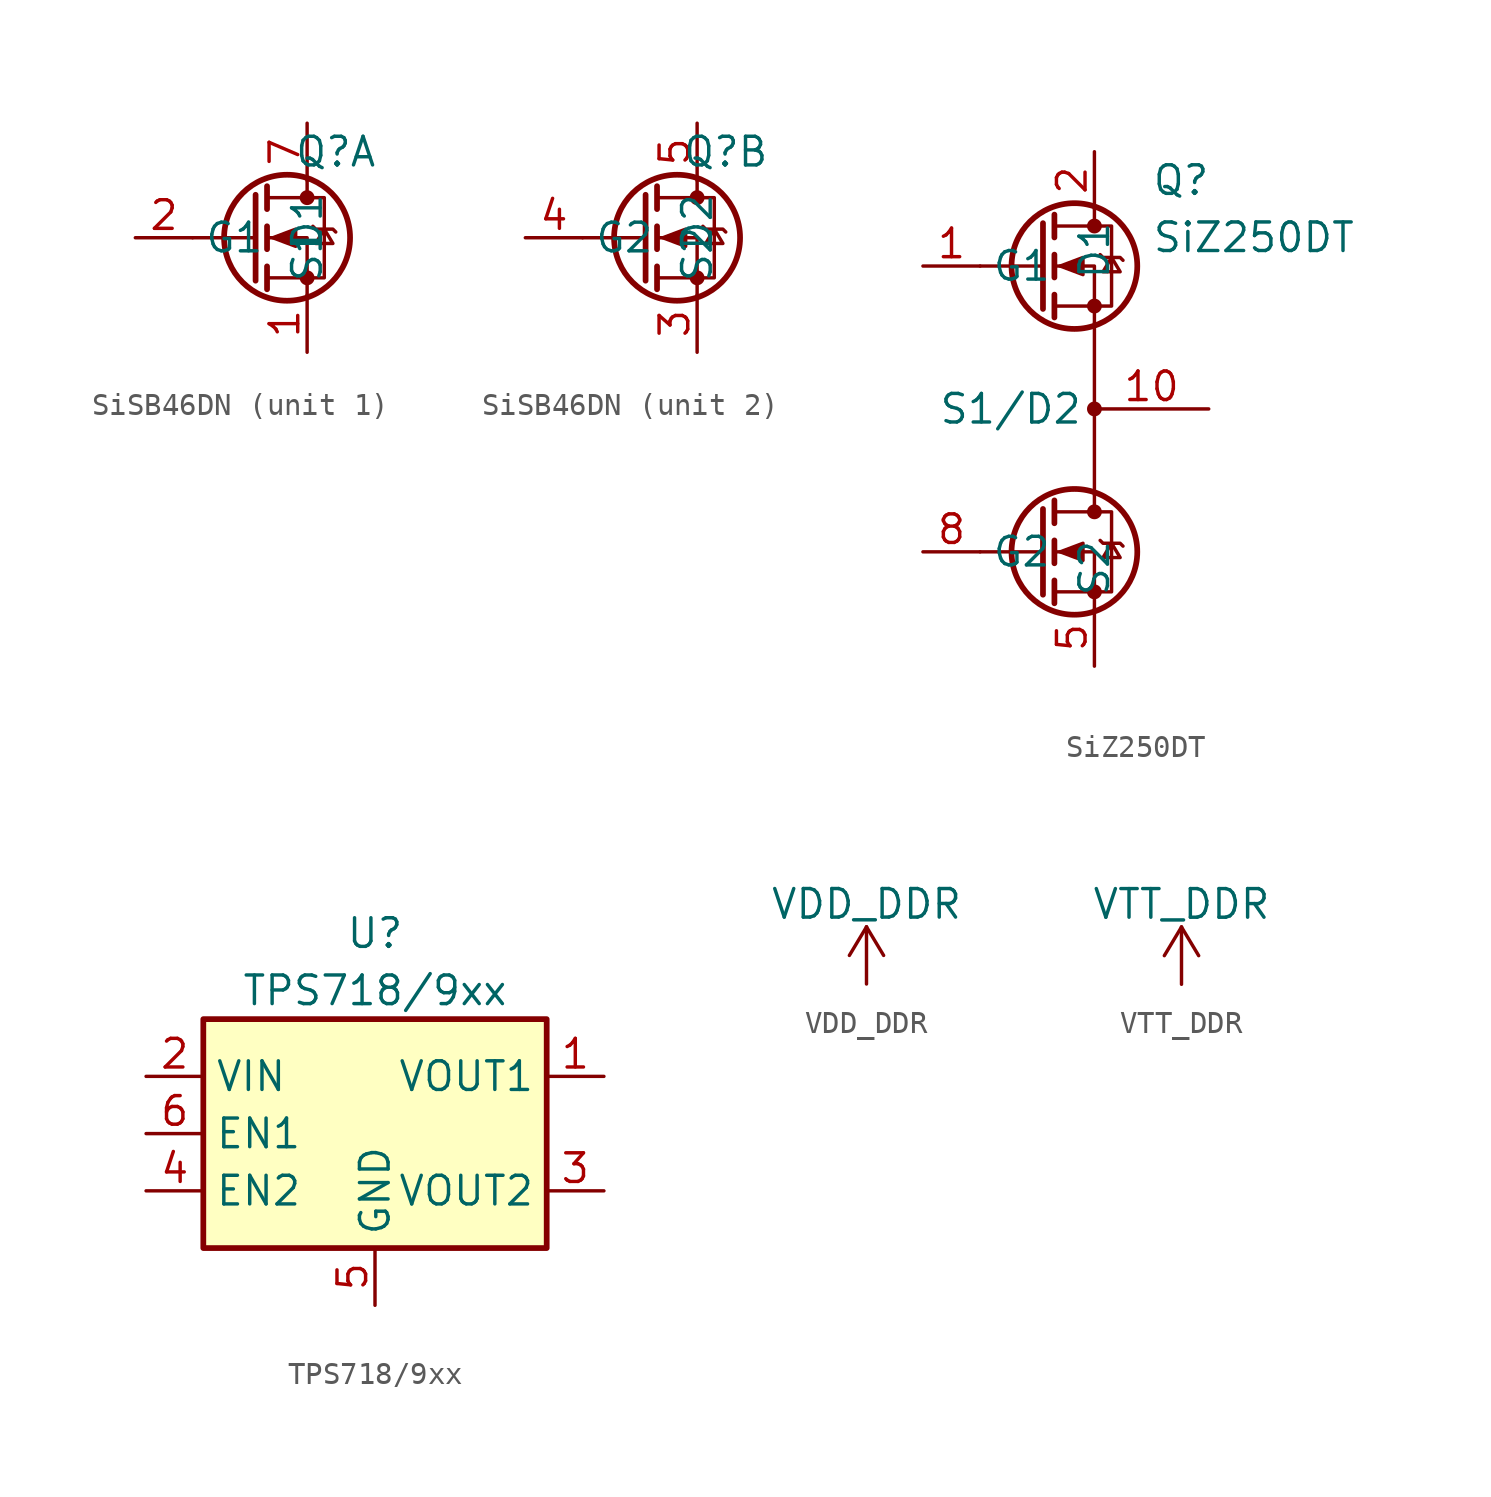
<source format=kicad_sym>
(kicad_symbol_lib
  (version 20220914)
  (generator kicad_symbol_editor)
  (symbol "SiSB46DN"
    (property "Reference" "Q"
      (at 1.27 3.81 0)
      (effects (font (size 1.27 1.27))))
    (property "Value" ""
      (at 0 0 0)
      (effects (font (size 1.27 1.27))))
    (symbol "SiSB46DN_0_1"
      (circle (center -0.889 0) (radius 2.794) (stroke (width 0.254) (type default)) (fill (type none)))
      (circle (center 0 -1.778) (radius 0.254) (stroke (width 0) (type default)) (fill (type outline)))
      (polyline (pts (xy -2.286 0) (xy -5.08 0)) (stroke (width 0) (type default)) (fill (type none)))
      (polyline (pts (xy -2.286 1.905) (xy -2.286 -1.905)) (stroke (width 0.254) (type default)) (fill (type none)))
      (polyline (pts (xy -1.778 -1.27) (xy -1.778 -2.286)) (stroke (width 0.254) (type default)) (fill (type none)))
      (polyline (pts (xy -1.778 0.508) (xy -1.778 -0.508)) (stroke (width 0.254) (type default)) (fill (type none)))
      (polyline (pts (xy -1.778 2.286) (xy -1.778 1.27)) (stroke (width 0.254) (type default)) (fill (type none)))
      (polyline (pts (xy 0 2.54) (xy 0 1.778)) (stroke (width 0) (type default)) (fill (type none)))
      (polyline (pts (xy 0 -2.54) (xy 0 0) (xy -1.778 0)) (stroke (width 0) (type default)) (fill (type none)))
      (polyline (pts (xy -1.778 -1.778) (xy 0.762 -1.778) (xy 0.762 1.778) (xy -1.778 1.778)) (stroke (width 0) (type default)) (fill (type none)))
      (polyline (pts (xy -1.524 0) (xy -0.508 0.381) (xy -0.508 -0.381) (xy -1.524 0)) (stroke (width 0) (type default)) (fill (type outline)))
      (polyline (pts (xy 0.254 0.508) (xy 0.381 0.381) (xy 1.143 0.381) (xy 1.27 0.254)) (stroke (width 0) (type default)) (fill (type none)))
      (polyline (pts (xy 0.762 0.381) (xy 0.381 -0.254) (xy 1.143 -0.254) (xy 0.762 0.381)) (stroke (width 0) (type default)) (fill (type none)))
      (circle (center 0 1.778) (radius 0.254) (stroke (width 0) (type default)) (fill (type outline))))
    (symbol "SiSB46DN_1_1"
      (pin passive line (at 0 -5.08 90) (length 2.54) (name "S1" (effects (font (size 1.27 1.27)))) (number "1" (effects (font (size 1.27 1.27)))))
      (pin input line (at -7.62 0 0) (length 2.54) (name "G1" (effects (font (size 1.27 1.27)))) (number "2" (effects (font (size 1.27 1.27)))))
      (pin passive line (at 0 5.08 270) (length 2.54) (name "D1" (effects (font (size 1.27 1.27)))) (number "7" (effects (font (size 1.27 1.27)))))
      (pin passive line (at 0 5.08 270) (length 2.54) hide (name "D1" (effects (font (size 1.27 1.27)))) (number "8" (effects (font (size 1.27 1.27))))))
    (symbol "SiSB46DN_2_1"
      (pin passive line (at 0 -5.08 90) (length 2.54) (name "S2" (effects (font (size 1.27 1.27)))) (number "3" (effects (font (size 1.27 1.27)))))
      (pin input line (at -7.62 0 0) (length 2.54) (name "G2" (effects (font (size 1.27 1.27)))) (number "4" (effects (font (size 1.27 1.27)))))
      (pin passive line (at 0 5.08 270) (length 2.54) (name "D2" (effects (font (size 1.27 1.27)))) (number "5" (effects (font (size 1.27 1.27)))))
      (pin passive line (at 0 5.08 270) (length 2.54) hide (name "D2" (effects (font (size 1.27 1.27)))) (number "6" (effects (font (size 1.27 1.27)))))))
  (symbol "SiZ250DT"
    (property "Reference" "Q"
      (at 2.54 10.16 0)
      (effects (font (size 1.27 1.27)) (justify left)))
    (property "Value" "SiZ250DT"
      (at 2.54 7.62 0)
      (effects (font (size 1.27 1.27)) (justify left)))
    (symbol "SiZ250DT_0_1"
      (circle (center -0.889 -6.35) (radius 2.794) (stroke (width 0.254) (type default)) (fill (type none)))
      (circle (center -0.889 6.35) (radius 2.794) (stroke (width 0.254) (type default)) (fill (type none)))
      (circle (center 0 -8.128) (radius 0.254) (stroke (width 0) (type default)) (fill (type outline)))
      (circle (center 0 -4.572) (radius 0.254) (stroke (width 0) (type default)) (fill (type outline)))
      (polyline (pts (xy -2.286 -6.35) (xy -5.08 -6.35)) (stroke (width 0) (type default)) (fill (type none)))
      (polyline (pts (xy -2.286 -4.445) (xy -2.286 -8.255)) (stroke (width 0.254) (type default)) (fill (type none)))
      (polyline (pts (xy -2.286 6.35) (xy -5.08 6.35)) (stroke (width 0) (type default)) (fill (type none)))
      (polyline (pts (xy -2.286 8.255) (xy -2.286 4.445)) (stroke (width 0.254) (type default)) (fill (type none)))
      (polyline (pts (xy -1.778 -7.62) (xy -1.778 -8.636)) (stroke (width 0.254) (type default)) (fill (type none)))
      (polyline (pts (xy -1.778 -5.842) (xy -1.778 -6.858)) (stroke (width 0.254) (type default)) (fill (type none)))
      (polyline (pts (xy -1.778 -4.064) (xy -1.778 -5.08)) (stroke (width 0.254) (type default)) (fill (type none)))
      (polyline (pts (xy -1.778 5.08) (xy -1.778 4.064)) (stroke (width 0.254) (type default)) (fill (type none)))
      (polyline (pts (xy -1.778 6.858) (xy -1.778 5.842)) (stroke (width 0.254) (type default)) (fill (type none)))
      (polyline (pts (xy -1.778 8.636) (xy -1.778 7.62)) (stroke (width 0.254) (type default)) (fill (type none)))
      (polyline (pts (xy 0 -3.81) (xy 0 -4.572)) (stroke (width 0) (type default)) (fill (type none)))
      (polyline (pts (xy 0 3.81) (xy 0 -3.81)) (stroke (width 0) (type default)) (fill (type none)))
      (polyline (pts (xy 0 8.89) (xy 0 8.128)) (stroke (width 0) (type default)) (fill (type none)))
      (polyline (pts (xy 0 -8.89) (xy 0 -6.35) (xy -1.778 -6.35)) (stroke (width 0) (type default)) (fill (type none)))
      (polyline (pts (xy 0 3.81) (xy 0 6.35) (xy -1.778 6.35)) (stroke (width 0) (type default)) (fill (type none)))
      (polyline (pts (xy -1.778 -8.128) (xy 0.762 -8.128) (xy 0.762 -4.572) (xy -1.778 -4.572)) (stroke (width 0) (type default)) (fill (type none)))
      (polyline (pts (xy -1.778 4.572) (xy 0.762 4.572) (xy 0.762 8.128) (xy -1.778 8.128)) (stroke (width 0) (type default)) (fill (type none)))
      (circle (center 0 0) (radius 0.254) (stroke (width 0) (type default)) (fill (type outline)))
      (circle (center 0 4.572) (radius 0.254) (stroke (width 0) (type default)) (fill (type outline)))
      (circle (center 0 8.128) (radius 0.254) (stroke (width 0) (type default)) (fill (type outline))))
    (symbol "SiZ250DT_1_1"
      (polyline (pts (xy -1.524 -6.35) (xy -0.508 -5.969) (xy -0.508 -6.731) (xy -1.524 -6.35)) (stroke (width 0) (type default)) (fill (type outline)))
      (polyline (pts (xy -1.524 6.35) (xy -0.508 6.731) (xy -0.508 5.969) (xy -1.524 6.35)) (stroke (width 0) (type default)) (fill (type outline)))
      (polyline (pts (xy 0.254 -5.842) (xy 0.381 -5.969) (xy 1.143 -5.969) (xy 1.27 -6.096)) (stroke (width 0) (type default)) (fill (type none)))
      (polyline (pts (xy 0.254 6.858) (xy 0.381 6.731) (xy 1.143 6.731) (xy 1.27 6.604)) (stroke (width 0) (type default)) (fill (type none)))
      (polyline (pts (xy 0.762 -5.969) (xy 0.381 -6.604) (xy 1.143 -6.604) (xy 0.762 -5.969)) (stroke (width 0) (type default)) (fill (type none)))
      (polyline (pts (xy 0.762 6.731) (xy 0.381 6.096) (xy 1.143 6.096) (xy 0.762 6.731)) (stroke (width 0) (type default)) (fill (type none)))
      (pin input line (at -7.62 6.35 0) (length 2.54) (name "G1" (effects (font (size 1.27 1.27)))) (number "1" (effects (font (size 1.27 1.27)))))
      (pin passive line (at 5.08 0 180) (length 5.08) (name "S1/D2" (effects (font (size 1.27 1.27)))) (number "10" (effects (font (size 1.27 1.27)))))
      (pin passive line (at 0 11.43 270) (length 2.54) (name "D1" (effects (font (size 1.27 1.27)))) (number "2" (effects (font (size 1.27 1.27)))))
      (pin passive line (at 0 11.43 270) (length 2.54) hide (name "D1" (effects (font (size 1.27 1.27)))) (number "3" (effects (font (size 1.27 1.27)))))
      (pin passive line (at 0 11.43 270) (length 2.54) hide (name "D1" (effects (font (size 1.27 1.27)))) (number "4" (effects (font (size 1.27 1.27)))))
      (pin passive line (at 0 -11.43 90) (length 2.54) (name "S2" (effects (font (size 1.27 1.27)))) (number "5" (effects (font (size 1.27 1.27)))))
      (pin passive line (at 0 -11.43 90) (length 2.54) hide (name "S2" (effects (font (size 1.27 1.27)))) (number "6" (effects (font (size 1.27 1.27)))))
      (pin passive line (at 0 -11.43 90) (length 2.54) hide (name "S2" (effects (font (size 1.27 1.27)))) (number "7" (effects (font (size 1.27 1.27)))))
      (pin input line (at -7.62 -6.35 0) (length 2.54) (name "G2" (effects (font (size 1.27 1.27)))) (number "8" (effects (font (size 1.27 1.27)))))
      (pin passive line (at 0 11.43 270) (length 2.54) hide (name "D1" (effects (font (size 1.27 1.27)))) (number "9" (effects (font (size 1.27 1.27)))))))
  (symbol "TPS718/9xx"
    (property "Reference" "U"
      (at 0 8.89 0)
      (effects (font (size 1.27 1.27))))
    (property "Value" "TPS718/9xx"
      (at 0 6.35 0)
      (effects (font (size 1.27 1.27))))
    (symbol "TPS718/9xx_0_1"
      (rectangle (start -7.62 5.08) (end 7.62 -5.08) (stroke (width 0.254) (type default)) (fill (type background))))
    (symbol "TPS718/9xx_1_0"
      (pin passive line (at 0 -7.62 90) (length 2.54) (name "GND" (effects (font (size 1.27 1.27)))) (number "5" (effects (font (size 1.27 1.27))))))
    (symbol "TPS718/9xx_1_1"
      (pin power_out line (at 10.16 2.54 180) (length 2.54) (name "VOUT1" (effects (font (size 1.27 1.27)))) (number "1" (effects (font (size 1.27 1.27)))))
      (pin power_in line (at -10.16 2.54 0) (length 2.54) (name "VIN" (effects (font (size 1.27 1.27)))) (number "2" (effects (font (size 1.27 1.27)))))
      (pin power_out line (at 10.16 -2.54 180) (length 2.54) (name "VOUT2" (effects (font (size 1.27 1.27)))) (number "3" (effects (font (size 1.27 1.27)))))
      (pin input line (at -10.16 -2.54 0) (length 2.54) (name "EN2" (effects (font (size 1.27 1.27)))) (number "4" (effects (font (size 1.27 1.27)))))
      (pin input line (at -10.16 0 0) (length 2.54) (name "EN1" (effects (font (size 1.27 1.27)))) (number "6" (effects (font (size 1.27 1.27)))))
      (pin power_in line (at 0 -7.62 90) (length 2.54) hide (name "GND" (effects (font (size 1.27 1.27)))) (number "7" (effects (font (size 1.27 1.27)))))))
  (symbol "VDD_DDR"
    (power)
    (pin_names
      (offset 0))
    (property "Reference" "#PWR"
      (at 0 -3.81 0)
      (effects (font (size 1.27 1.27)) hide))
    (property "Value" "VDD_DDR"
      (at 0 3.556 0)
      (effects (font (size 1.27 1.27))))
    (symbol "VDD_DDR_0_1"
      (polyline (pts (xy -0.762 1.27) (xy 0 2.54)) (stroke (width 0) (type default)) (fill (type none)))
      (polyline (pts (xy 0 0) (xy 0 2.54)) (stroke (width 0) (type default)) (fill (type none)))
      (polyline (pts (xy 0 2.54) (xy 0.762 1.27)) (stroke (width 0) (type default)) (fill (type none))))
    (symbol "VDD_DDR_1_1"
      (pin power_in line (at 0 0 90) (length 0) hide (name "VDD_DDR" (effects (font (size 1.27 1.27)))) (number "1" (effects (font (size 1.27 1.27)))))))
  (symbol "VTT_DDR"
    (power)
    (pin_names
      (offset 0))
    (property "Reference" "#PWR"
      (at 0 -3.81 0)
      (effects (font (size 1.27 1.27)) hide))
    (property "Value" "VTT_DDR"
      (at 0 3.556 0)
      (effects (font (size 1.27 1.27))))
    (symbol "VTT_DDR_0_1"
      (polyline (pts (xy -0.762 1.27) (xy 0 2.54)) (stroke (width 0) (type default)) (fill (type none)))
      (polyline (pts (xy 0 0) (xy 0 2.54)) (stroke (width 0) (type default)) (fill (type none)))
      (polyline (pts (xy 0 2.54) (xy 0.762 1.27)) (stroke (width 0) (type default)) (fill (type none))))
    (symbol "VTT_DDR_1_1"
      (pin power_in line (at 0 0 90) (length 0) hide (name "VTT_DDR" (effects (font (size 1.27 1.27)))) (number "1" (effects (font (size 1.27 1.27))))))))
</source>
